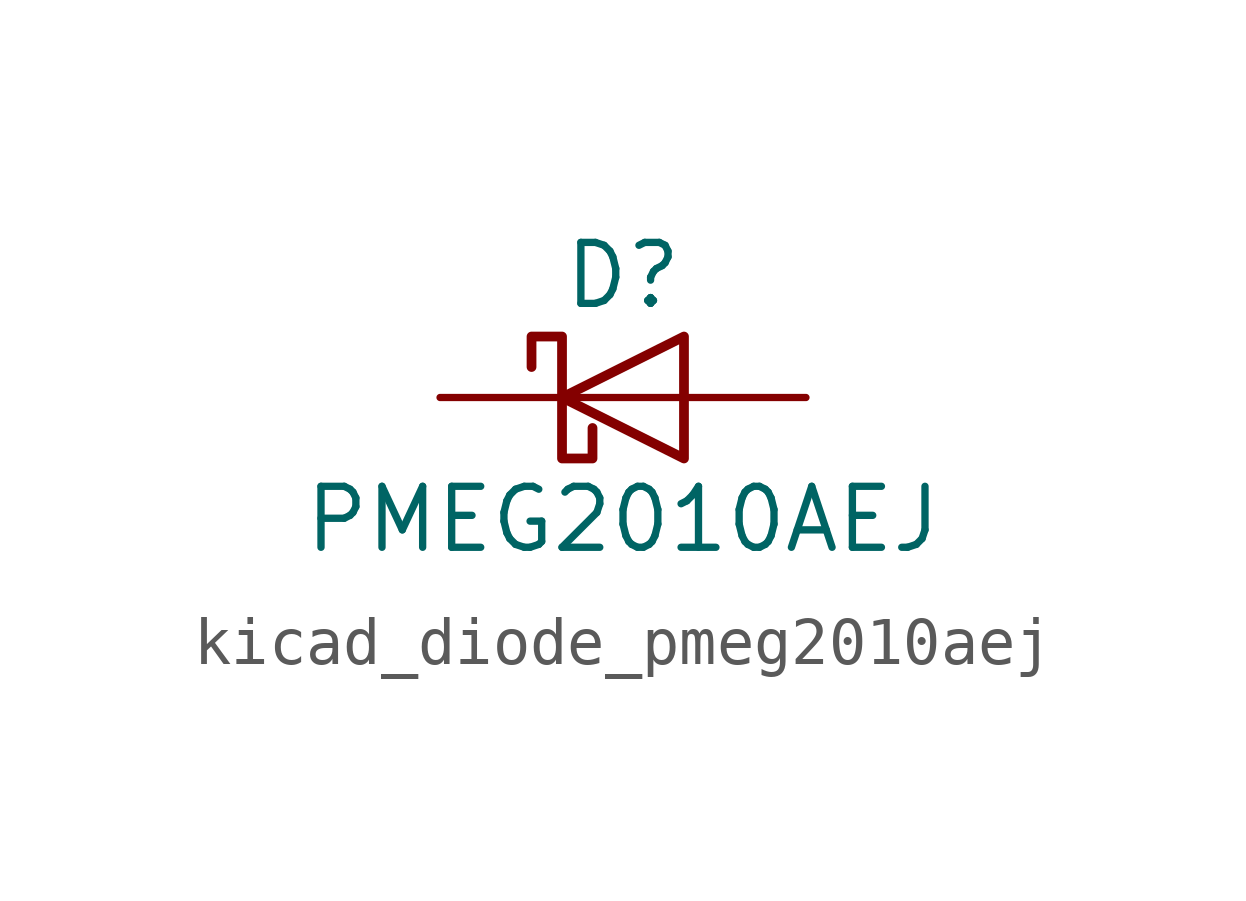
<source format=kicad_sym>
(kicad_symbol_lib
  (version 20220914)
  (generator kicad_symbol_editor)
  (symbol "kicad_diode_pmeg2010aej"
    (pin_numbers hide)
    (pin_names hide)
    (property "Reference" "D"
      (at 0 2.54 0)
      (effects (font (size 1.27 1.27))))
    (property "Value" "PMEG2010AEJ"
      (at 0 -2.54 0)
      (effects (font (size 1.27 1.27))))
    (symbol "kicad_diode_pmeg2010aej_0_1"
      (polyline (pts (xy 1.27 0) (xy -1.27 0)) (stroke (width 0) (type default)) (fill (type none)))
      (polyline (pts (xy 1.27 1.27) (xy 1.27 -1.27) (xy -1.27 0) (xy 1.27 1.27)) (stroke (width 0.203) (type default)) (fill (type none)))
      (polyline (pts (xy -1.905 0.635) (xy -1.905 1.27) (xy -1.27 1.27) (xy -1.27 -1.27) (xy -0.635 -1.27) (xy -0.635 -0.635)) (stroke (width 0.203) (type default)) (fill (type none))))
    (symbol "kicad_diode_pmeg2010aej_1_1"
      (pin passive line (at -3.81 0 0) (length 2.54) (name "K" (effects (font (size 1.27 1.27)))) (number "1" (effects (font (size 1.27 1.27)))))
      (pin passive line (at 3.81 0 180) (length 2.54) (name "A" (effects (font (size 1.27 1.27)))) (number "2" (effects (font (size 1.27 1.27))))))))
</source>
